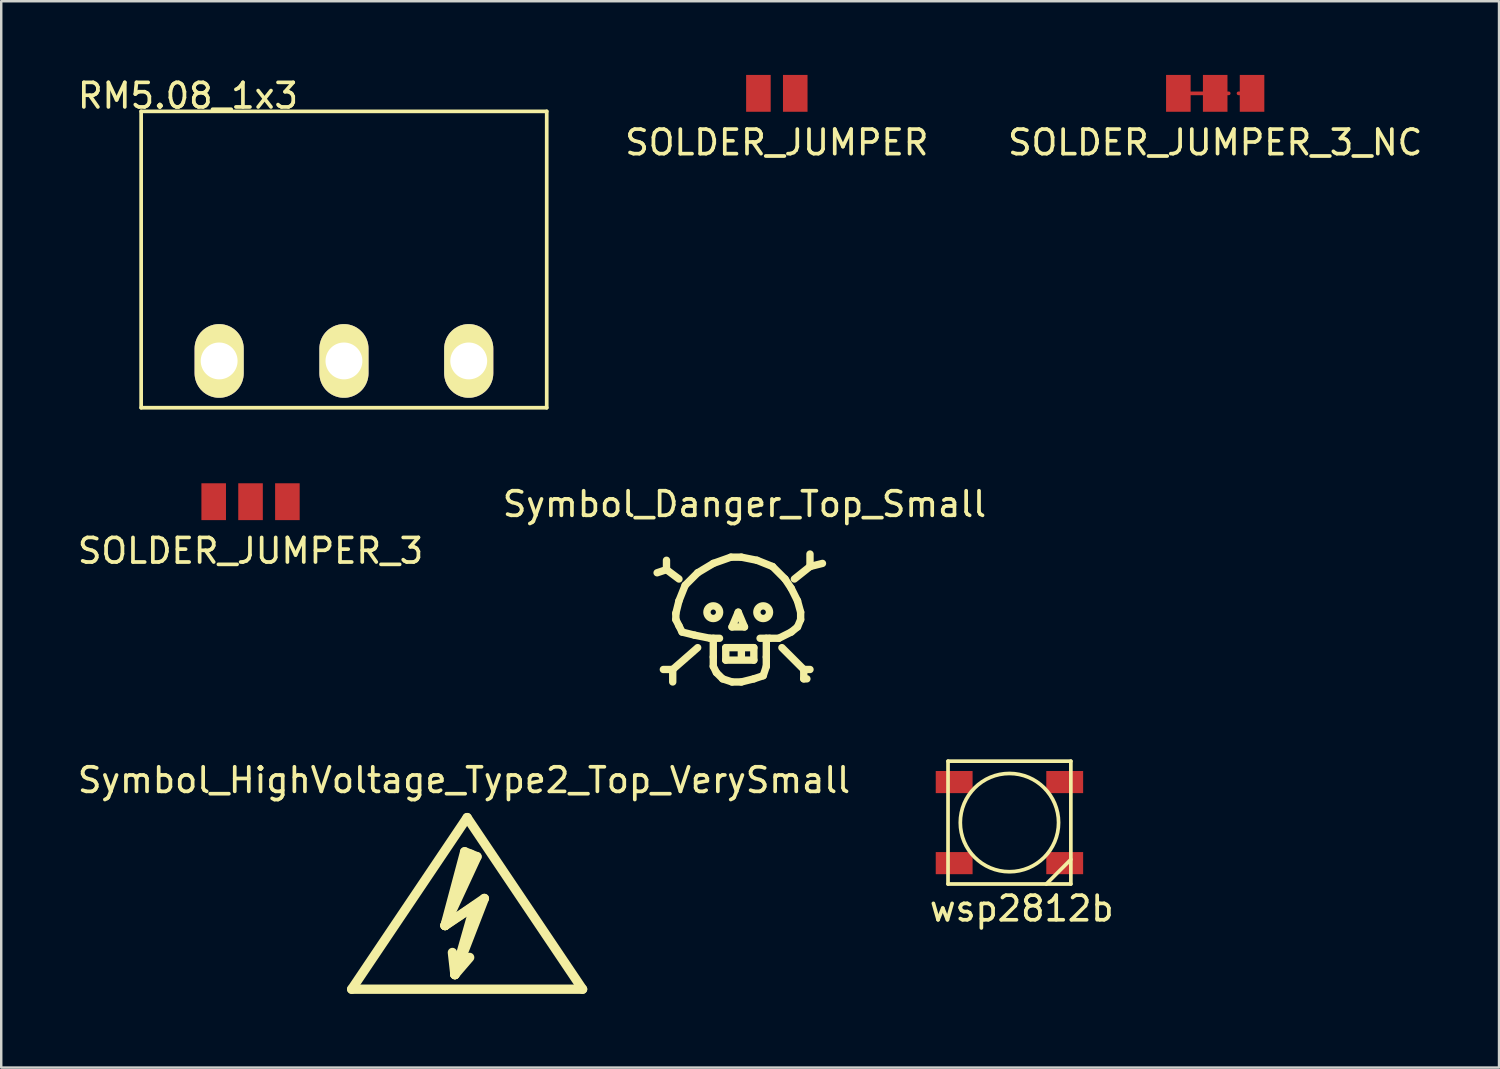
<source format=kicad_pcb>
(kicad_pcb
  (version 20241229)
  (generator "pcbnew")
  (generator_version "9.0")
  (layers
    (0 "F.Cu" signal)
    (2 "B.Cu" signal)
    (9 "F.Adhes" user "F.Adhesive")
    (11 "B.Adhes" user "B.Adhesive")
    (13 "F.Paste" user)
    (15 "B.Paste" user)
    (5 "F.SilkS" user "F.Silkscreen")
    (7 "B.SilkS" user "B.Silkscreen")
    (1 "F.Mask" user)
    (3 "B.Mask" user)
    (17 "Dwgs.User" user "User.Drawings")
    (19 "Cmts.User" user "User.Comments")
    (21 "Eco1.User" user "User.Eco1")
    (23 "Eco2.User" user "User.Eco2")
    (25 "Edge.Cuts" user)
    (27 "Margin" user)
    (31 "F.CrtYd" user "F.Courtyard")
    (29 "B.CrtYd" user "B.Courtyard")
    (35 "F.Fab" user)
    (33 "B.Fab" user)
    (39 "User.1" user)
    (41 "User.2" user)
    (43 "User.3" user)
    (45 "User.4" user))
  (footprint "SOLDER_JUMPER"
    (layer "F.Cu")
    (at 28.573 0.75)
    (property "Reference" "SOLDER_JUMPER" (at 0 2 0) (layer "F.SilkS") (effects (font (size 1 1) (thickness 0.15))))
    (attr through_hole)
    (pad "1" smd rect (at -0.75 0) (size 1 1.5) (layers "F.Cu" "F.Mask" "F.Paste"))
    (pad "2" smd rect (at 0.75 0) (size 1 1.5) (layers "F.Cu" "F.Mask" "F.Paste")))
  (footprint "RM5.08_1x3"
    (layer "F.Cu")
    (at 5.871 11.643)
    (property "Reference" "RM5.08_1x3" (at -1.27 -10.795 0) (layer "F.SilkS") (effects (font (size 1 1) (thickness 0.15))))
    (attr through_hole)
    (fp_line (start -3.175 -10.16) (end -3.175 1.905) (stroke (width 0.15) (type solid)) (layer "F.SilkS"))
    (fp_line (start -3.175 1.905) (end 13.335 1.905) (stroke (width 0.15) (type solid)) (layer "F.SilkS"))
    (fp_line (start 13.335 -10.16) (end -3.175 -10.16) (stroke (width 0.15) (type solid)) (layer "F.SilkS"))
    (fp_line (start 13.335 1.905) (end 13.335 -10.16) (stroke (width 0.15) (type solid)) (layer "F.SilkS"))
    (pad "1" thru_hole oval (at 0 0) (size 2 3) (drill 1.5) (layers "*.Cu" "*.Mask" "F.SilkS"))
    (pad "2" thru_hole oval (at 5.08 0) (size 2 3) (drill 1.5) (layers "*.Cu" "*.Mask" "F.SilkS"))
    (pad "3" thru_hole oval (at 10.16 0) (size 2 3) (drill 1.5) (layers "*.Cu" "*.Mask" "F.SilkS")))
  (footprint "wsp2812b"
    (layer "F.Cu")
    (at 38.042 30.436)
    (property "Reference" "wsp2812b" (at 0.5 3.5 0) (layer "F.SilkS") (effects (font (size 1 1) (thickness 0.15))))
    (attr through_hole)
    (fp_line (start -2.5 -2.5) (end 2.5 -2.5) (stroke (width 0.15) (type solid)) (layer "F.SilkS"))
    (fp_line (start -2.5 2.5) (end -2.5 -2.5) (stroke (width 0.15) (type solid)) (layer "F.SilkS"))
    (fp_line (start 2.5 -2.5) (end 2.5 2.5) (stroke (width 0.15) (type solid)) (layer "F.SilkS"))
    (fp_line (start 2.5 1.5) (end 1.5 2.5) (stroke (width 0.15) (type solid)) (layer "F.SilkS"))
    (fp_line (start 2.5 2.5) (end -2.5 2.5) (stroke (width 0.15) (type solid)) (layer "F.SilkS"))
    (fp_circle (center 0 0) (end 2 0) (stroke (width 0.15) (type solid)) (fill no) (layer "F.SilkS"))
    (pad "1" smd rect (at -2.25 -1.65) (size 1.5 0.9) (layers "F.Cu" "F.Mask"))
    (pad "2" smd rect (at -2.25 1.65) (size 1.5 0.9) (layers "F.Cu" "F.Mask"))
    (pad "3" smd rect (at 2.25 1.65) (size 1.5 0.9) (layers "F.Cu" "F.Mask"))
    (pad "4" smd rect (at 2.25 -1.65) (size 1.5 0.9) (layers "F.Cu" "F.Mask")))
  (footprint "Symbol_HighVoltage_Type2_Top_VerySmall"
    (layer "F.Cu")
    (at 15.966 34.424)
    (property "Reference" "Symbol_HighVoltage_Type2_Top_VerySmall" (at -0.127 -5.715 0) (layer "F.SilkS") (effects (font (size 1 1) (thickness 0.15))))
    (attr through_hole)
    (fp_line (start -4.699 2.794) (end 0 -4.191) (stroke (width 0.381) (type solid)) (layer "F.SilkS"))
    (fp_line (start -0.899 0.201) (end 0.3 -0.599) (stroke (width 0.381) (type solid)) (layer "F.SilkS"))
    (fp_line (start -0.899 0.201) (end 0.401 -2.601) (stroke (width 0.381) (type solid)) (layer "F.SilkS"))
    (fp_line (start -0.498 2.2) (end -0.599 1.3) (stroke (width 0.381) (type solid)) (layer "F.SilkS"))
    (fp_line (start -0.498 2.2) (end 0.102 1.501) (stroke (width 0.381) (type solid)) (layer "F.SilkS"))
    (fp_line (start -0.498 2.2) (end 0.701 -0.899) (stroke (width 0.381) (type solid)) (layer "F.SilkS"))
    (fp_line (start -0.1 -2.8) (end 0.4 -2.6) (stroke (width 0.381) (type solid)) (layer "F.SilkS"))
    (fp_line (start -0.099 -2.799) (end -0.899 0.201) (stroke (width 0.381) (type solid)) (layer "F.SilkS"))
    (fp_line (start 0 -4.191) (end 4.699 2.794) (stroke (width 0.381) (type solid)) (layer "F.SilkS"))
    (fp_line (start 0.15 -2.7) (end -0.899 0.201) (stroke (width 0.381) (type solid)) (layer "F.SilkS"))
    (fp_line (start 0.3 -0.599) (end -0.498 2.2) (stroke (width 0.381) (type solid)) (layer "F.SilkS"))
    (fp_line (start 0.701 -0.899) (end -0.9 0.2) (stroke (width 0.381) (type solid)) (layer "F.SilkS"))
    (fp_line (start 4.699 2.794) (end -4.699 2.794) (stroke (width 0.381) (type solid)) (layer "F.SilkS")))
  (footprint "SOLDER_JUMPER_3_NC"
    (layer "F.Cu")
    (at 46.418 0.75)
    (property "Reference" "SOLDER_JUMPER_3_NC" (at 0 2 0) (layer "F.SilkS") (effects (font (size 1 1) (thickness 0.15))))
    (attr through_hole)
    (fp_line (start -1.5 0) (end 0 0) (stroke (width 0.15) (type solid)) (layer "F.Cu"))
    (fp_line (start 0 0) (end 0.55 0) (stroke (width 0.15) (type solid)) (layer "F.Cu"))
    (fp_line (start 1.5 0) (end 0.95 0) (stroke (width 0.15) (type solid)) (layer "F.Cu"))
    (fp_line (start -1.5 0) (end 0 0) (stroke (width 0.45) (type solid)) (layer "F.Mask"))
    (fp_line (start 0 0) (end 0.55 0) (stroke (width 0.45) (type solid)) (layer "F.Mask"))
    (fp_line (start 0.95 0) (end 1.5 0) (stroke (width 0.45) (type solid)) (layer "F.Mask"))
    (pad "1" smd rect (at -1.5 0) (size 1 1.5) (layers "F.Cu" "F.Mask"))
    (pad "2" smd rect (at 0 0) (size 1 1.5) (layers "F.Cu" "F.Mask"))
    (pad "3" smd rect (at 1.5 0) (size 1 1.5) (layers "F.Cu" "F.Mask")))
  (footprint "SOLDER_JUMPER_3"
    (layer "F.Cu")
    (at 7.149 17.373)
    (property "Reference" "SOLDER_JUMPER_3" (at 0 2 0) (layer "F.SilkS") (effects (font (size 1 1) (thickness 0.15))))
    (attr through_hole)
    (pad "1" smd rect (at -1.5 0) (size 1 1.5) (layers "F.Cu" "F.Mask" "F.Paste"))
    (pad "2" smd rect (at 0 0) (size 1 1.5) (layers "F.Cu" "F.Mask" "F.Paste"))
    (pad "3" smd rect (at 1.5 0) (size 1 1.5) (layers "F.Cu" "F.Mask" "F.Paste")))
  (footprint "Symbol_Danger_Top_Small"
    (layer "F.Cu")
    (at 27.002 22.171)
    (property "Reference" "Symbol_Danger_Top_Small" (at 0.254 -4.699 0) (layer "F.SilkS") (effects (font (size 1 1) (thickness 0.15))))
    (attr through_hole)
    (fp_line (start -2.921 -2.032) (end -3.302 -1.905) (stroke (width 0.3) (type solid)) (layer "F.SilkS"))
    (fp_line (start -2.921 -2.032) (end -2.921 -2.413) (stroke (width 0.3) (type solid)) (layer "F.SilkS"))
    (fp_line (start -2.667 2.032) (end -3.048 2.032) (stroke (width 0.3) (type solid)) (layer "F.SilkS"))
    (fp_line (start -2.667 2.032) (end -2.667 2.54) (stroke (width 0.3) (type solid)) (layer "F.SilkS"))
    (fp_line (start -2.54 -0.254) (end -2.413 -0.762) (stroke (width 0.3) (type solid)) (layer "F.SilkS"))
    (fp_line (start -2.54 0) (end -2.54 -0.254) (stroke (width 0.3) (type solid)) (layer "F.SilkS"))
    (fp_line (start -2.54 0) (end -2.413 0.254) (stroke (width 0.3) (type solid)) (layer "F.SilkS"))
    (fp_line (start -2.413 -1.651) (end -2.921 -2.032) (stroke (width 0.3) (type solid)) (layer "F.SilkS"))
    (fp_line (start -2.413 -0.762) (end -2.159 -1.397) (stroke (width 0.3) (type solid)) (layer "F.SilkS"))
    (fp_line (start -2.413 0.254) (end -2.286 0.508) (stroke (width 0.3) (type solid)) (layer "F.SilkS"))
    (fp_line (start -2.286 0.508) (end -1.778 0.635) (stroke (width 0.3) (type solid)) (layer "F.SilkS"))
    (fp_line (start -2.159 -1.397) (end -1.651 -1.905) (stroke (width 0.3) (type solid)) (layer "F.SilkS"))
    (fp_line (start -1.778 0.635) (end -1.143 0.762) (stroke (width 0.3) (type solid)) (layer "F.SilkS"))
    (fp_line (start -1.651 -1.905) (end -1.016 -2.286) (stroke (width 0.3) (type solid)) (layer "F.SilkS"))
    (fp_line (start -1.651 1.143) (end -2.667 2.032) (stroke (width 0.3) (type solid)) (layer "F.SilkS"))
    (fp_line (start -1.143 0.762) (end -0.762 0.762) (stroke (width 0.3) (type solid)) (layer "F.SilkS"))
    (fp_line (start -1.016 -2.286) (end -0.3 -2.54) (stroke (width 0.3) (type solid)) (layer "F.SilkS"))
    (fp_line (start -1.016 1.524) (end -1.016 0.762) (stroke (width 0.3) (type solid)) (layer "F.SilkS"))
    (fp_line (start -1.016 1.905) (end -1.016 1.524) (stroke (width 0.3) (type solid)) (layer "F.SilkS"))
    (fp_line (start -1.016 1.905) (end -0.889 2.159) (stroke (width 0.3) (type solid)) (layer "F.SilkS"))
    (fp_line (start -0.889 2.159) (end -0.635 2.413) (stroke (width 0.3) (type solid)) (layer "F.SilkS"))
    (fp_line (start -0.635 2.413) (end -0.254 2.54) (stroke (width 0.3) (type solid)) (layer "F.SilkS"))
    (fp_line (start -0.508 1.143) (end 0.635 1.143) (stroke (width 0.3) (type solid)) (layer "F.SilkS"))
    (fp_line (start -0.508 1.651) (end -0.508 1.143) (stroke (width 0.3) (type solid)) (layer "F.SilkS"))
    (fp_line (start -0.3 -2.54) (end 0.127 -2.54) (stroke (width 0.3) (type solid)) (layer "F.SilkS"))
    (fp_line (start -0.254 0.3) (end 0 -0.3) (stroke (width 0.3) (type solid)) (layer "F.SilkS"))
    (fp_line (start 0 -0.3) (end 0.254 0.3) (stroke (width 0.3) (type solid)) (layer "F.SilkS"))
    (fp_line (start 0.127 -2.54) (end 0.762 -2.413) (stroke (width 0.3) (type solid)) (layer "F.SilkS"))
    (fp_line (start 0.127 1.27) (end 0.127 1.524) (stroke (width 0.3) (type solid)) (layer "F.SilkS"))
    (fp_line (start 0.127 2.54) (end -0.254 2.54) (stroke (width 0.3) (type solid)) (layer "F.SilkS"))
    (fp_line (start 0.254 0.3) (end -0.254 0.3) (stroke (width 0.3) (type solid)) (layer "F.SilkS"))
    (fp_line (start 0.635 1.143) (end 0.635 1.651) (stroke (width 0.3) (type solid)) (layer "F.SilkS"))
    (fp_line (start 0.635 1.651) (end -0.508 1.651) (stroke (width 0.3) (type solid)) (layer "F.SilkS"))
    (fp_line (start 0.635 2.413) (end 0.127 2.54) (stroke (width 0.3) (type solid)) (layer "F.SilkS"))
    (fp_line (start 0.762 -2.413) (end 1.397 -2.159) (stroke (width 0.3) (type solid)) (layer "F.SilkS"))
    (fp_line (start 1.016 2.286) (end 0.635 2.413) (stroke (width 0.3) (type solid)) (layer "F.SilkS"))
    (fp_line (start 1.143 0.762) (end 1.143 1.524) (stroke (width 0.3) (type solid)) (layer "F.SilkS"))
    (fp_line (start 1.143 1.524) (end 1.143 1.905) (stroke (width 0.3) (type solid)) (layer "F.SilkS"))
    (fp_line (start 1.143 1.905) (end 1.016 2.286) (stroke (width 0.3) (type solid)) (layer "F.SilkS"))
    (fp_line (start 1.27 0.762) (end 0.889 0.762) (stroke (width 0.3) (type solid)) (layer "F.SilkS"))
    (fp_line (start 1.397 -2.159) (end 1.905 -1.651) (stroke (width 0.3) (type solid)) (layer "F.SilkS"))
    (fp_line (start 1.651 0.762) (end 1.27 0.762) (stroke (width 0.3) (type solid)) (layer "F.SilkS"))
    (fp_line (start 1.778 1.143) (end 2.667 2.032) (stroke (width 0.3) (type solid)) (layer "F.SilkS"))
    (fp_line (start 1.905 -1.651) (end 2.159 -1.27) (stroke (width 0.3) (type solid)) (layer "F.SilkS"))
    (fp_line (start 2.159 -1.27) (end 2.413 -0.762) (stroke (width 0.3) (type solid)) (layer "F.SilkS"))
    (fp_line (start 2.159 0.508) (end 1.651 0.762) (stroke (width 0.3) (type solid)) (layer "F.SilkS"))
    (fp_line (start 2.286 -1.651) (end 2.921 -2.159) (stroke (width 0.3) (type solid)) (layer "F.SilkS"))
    (fp_line (start 2.413 -0.762) (end 2.54 -0.3) (stroke (width 0.3) (type solid)) (layer "F.SilkS"))
    (fp_line (start 2.413 0.3) (end 2.159 0.508) (stroke (width 0.3) (type solid)) (layer "F.SilkS"))
    (fp_line (start 2.54 -0.3) (end 2.54 0) (stroke (width 0.3) (type solid)) (layer "F.SilkS"))
    (fp_line (start 2.54 0) (end 2.413 0.3) (stroke (width 0.3) (type solid)) (layer "F.SilkS"))
    (fp_line (start 2.667 2.032) (end 2.667 2.413) (stroke (width 0.3) (type solid)) (layer "F.SilkS"))
    (fp_line (start 2.667 2.032) (end 2.921 2.032) (stroke (width 0.3) (type solid)) (layer "F.SilkS"))
    (fp_line (start 2.667 2.413) (end 2.794 2.413) (stroke (width 0.3) (type solid)) (layer "F.SilkS"))
    (fp_line (start 2.921 -2.159) (end 2.921 -2.667) (stroke (width 0.3) (type solid)) (layer "F.SilkS"))
    (fp_line (start 2.921 -2.159) (end 3.429 -2.286) (stroke (width 0.3) (type solid)) (layer "F.SilkS"))
    (fp_circle (center -1.016 -0.3) (end -1.27 -0.254) (stroke (width 0.3) (type solid)) (fill no) (layer "F.SilkS"))
    (fp_circle (center 1.016 -0.3) (end 1.27 -0.254) (stroke (width 0.3) (type solid)) (fill no) (layer "F.SilkS")))
  (gr_rect
    (start -3 -3)
    (end 57.972 40.408)
    (stroke (width 0.1) (type default))
    (fill no)
    (layer "Edge.Cuts")))
</source>
